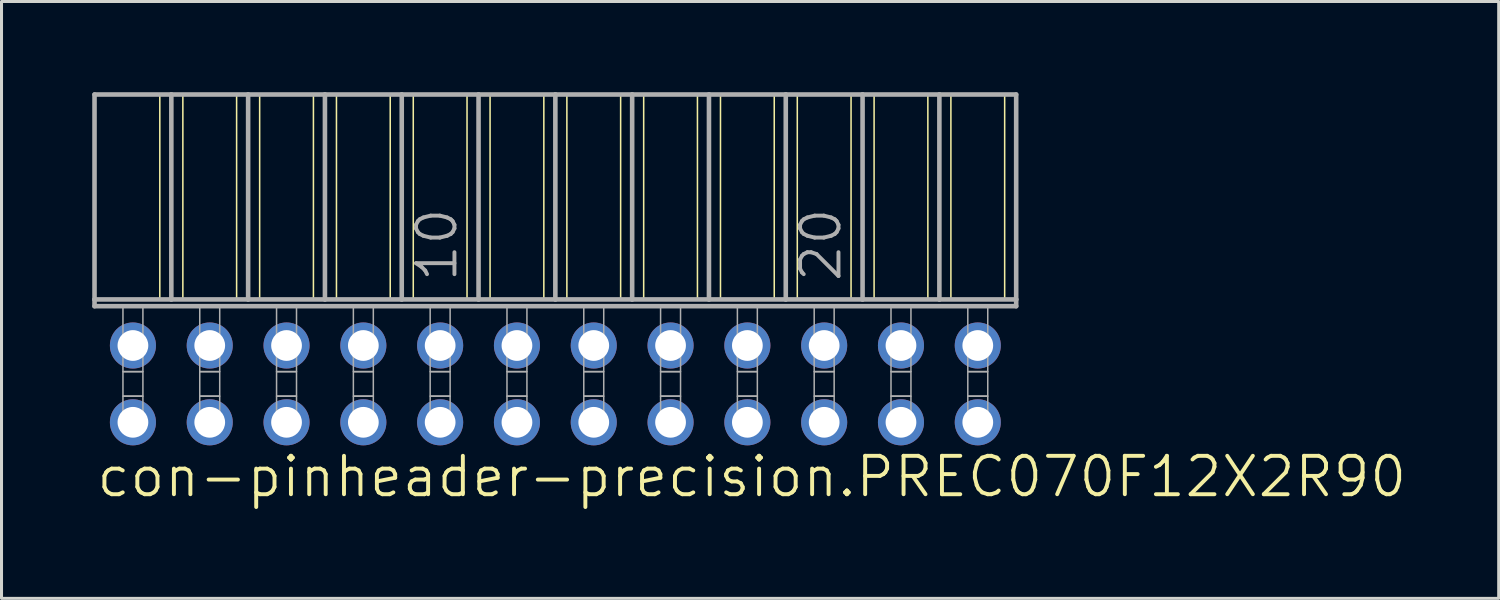
<source format=kicad_pcb>
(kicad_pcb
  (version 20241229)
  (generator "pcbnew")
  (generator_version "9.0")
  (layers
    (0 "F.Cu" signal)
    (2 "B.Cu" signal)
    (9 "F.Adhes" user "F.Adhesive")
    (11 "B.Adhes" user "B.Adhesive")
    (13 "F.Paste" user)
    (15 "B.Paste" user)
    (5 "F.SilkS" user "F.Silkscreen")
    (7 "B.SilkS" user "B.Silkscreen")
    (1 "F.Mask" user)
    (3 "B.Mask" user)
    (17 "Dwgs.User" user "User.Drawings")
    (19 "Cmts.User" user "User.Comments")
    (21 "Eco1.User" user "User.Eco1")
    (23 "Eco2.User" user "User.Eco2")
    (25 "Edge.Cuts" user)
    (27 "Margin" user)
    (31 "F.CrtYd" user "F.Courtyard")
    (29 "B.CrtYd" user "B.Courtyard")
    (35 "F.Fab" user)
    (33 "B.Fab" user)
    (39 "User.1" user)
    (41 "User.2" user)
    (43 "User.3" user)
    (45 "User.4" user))
  (footprint "con-pinheader-precision.PREC070F12X2R90"
    (layer "F.Cu")
    (at 15.316 9.646)
    (property "Reference" "con-pinheader-precision.PREC070F12X2R90" (at -15.24 3.81 0) (layer "F.SilkS") (effects (font (size 1.27 1.27) (thickness 0.13)) (justify left bottom)))
    (attr through_hole)
    (fp_line (start -13.081 -9.57) (end -13.081 -2.794) (stroke (width 0.051) (type default)) (layer "F.SilkS"))
    (fp_line (start -12.319 -9.57) (end -12.319 -2.794) (stroke (width 0.051) (type default)) (layer "F.SilkS"))
    (fp_line (start -10.541 -9.57) (end -10.541 -2.794) (stroke (width 0.051) (type default)) (layer "F.SilkS"))
    (fp_line (start -9.779 -9.57) (end -9.779 -2.794) (stroke (width 0.051) (type default)) (layer "F.SilkS"))
    (fp_line (start -8.001 -9.57) (end -8.001 -2.794) (stroke (width 0.051) (type default)) (layer "F.SilkS"))
    (fp_line (start -7.239 -9.57) (end -7.239 -2.794) (stroke (width 0.051) (type default)) (layer "F.SilkS"))
    (fp_line (start -5.461 -9.57) (end -5.461 -2.794) (stroke (width 0.051) (type default)) (layer "F.SilkS"))
    (fp_line (start -4.699 -9.57) (end -4.699 -2.794) (stroke (width 0.051) (type default)) (layer "F.SilkS"))
    (fp_line (start -2.921 -9.57) (end -2.921 -2.794) (stroke (width 0.051) (type default)) (layer "F.SilkS"))
    (fp_line (start -2.159 -9.57) (end -2.159 -2.794) (stroke (width 0.051) (type default)) (layer "F.SilkS"))
    (fp_line (start -0.381 -9.57) (end -0.381 -2.794) (stroke (width 0.051) (type default)) (layer "F.SilkS"))
    (fp_line (start 0.381 -9.57) (end 0.381 -2.794) (stroke (width 0.051) (type default)) (layer "F.SilkS"))
    (fp_line (start 2.159 -9.57) (end 2.159 -2.794) (stroke (width 0.051) (type default)) (layer "F.SilkS"))
    (fp_line (start 2.921 -9.57) (end 2.921 -2.794) (stroke (width 0.051) (type default)) (layer "F.SilkS"))
    (fp_line (start 4.699 -9.57) (end 4.699 -2.794) (stroke (width 0.051) (type default)) (layer "F.SilkS"))
    (fp_line (start 5.461 -9.57) (end 5.461 -2.794) (stroke (width 0.051) (type default)) (layer "F.SilkS"))
    (fp_line (start 7.239 -9.57) (end 7.239 -2.794) (stroke (width 0.051) (type default)) (layer "F.SilkS"))
    (fp_line (start 8.001 -9.57) (end 8.001 -2.794) (stroke (width 0.051) (type default)) (layer "F.SilkS"))
    (fp_line (start 9.779 -9.57) (end 9.779 -2.794) (stroke (width 0.051) (type default)) (layer "F.SilkS"))
    (fp_line (start 10.541 -9.57) (end 10.541 -2.794) (stroke (width 0.051) (type default)) (layer "F.SilkS"))
    (fp_line (start 12.319 -9.57) (end 12.319 -2.794) (stroke (width 0.051) (type default)) (layer "F.SilkS"))
    (fp_line (start 13.081 -9.57) (end 13.081 -2.794) (stroke (width 0.051) (type default)) (layer "F.SilkS"))
    (fp_line (start 14.859 -9.57) (end 14.859 -2.794) (stroke (width 0.051) (type default)) (layer "F.SilkS"))
    (fp_line (start -15.24 -9.57) (end -12.7 -9.57) (stroke (width 0.152) (type default)) (layer "F.Fab"))
    (fp_line (start -15.24 -2.794) (end -15.24 -9.57) (stroke (width 0.152) (type default)) (layer "F.Fab"))
    (fp_line (start -15.24 -2.57) (end -15.24 -2.794) (stroke (width 0.152) (type default)) (layer "F.Fab"))
    (fp_line (start -15.24 -2.57) (end 15.24 -2.57) (stroke (width 0.152) (type default)) (layer "F.Fab"))
    (fp_line (start -12.7 -9.57) (end -10.16 -9.57) (stroke (width 0.152) (type default)) (layer "F.Fab"))
    (fp_line (start -12.7 -2.794) (end -15.24 -2.794) (stroke (width 0.152) (type default)) (layer "F.Fab"))
    (fp_line (start -12.7 -2.794) (end -12.7 -9.57) (stroke (width 0.152) (type default)) (layer "F.Fab"))
    (fp_line (start -12.7 -2.794) (end -10.16 -2.794) (stroke (width 0.152) (type default)) (layer "F.Fab"))
    (fp_line (start -10.16 -9.57) (end -7.62 -9.57) (stroke (width 0.152) (type default)) (layer "F.Fab"))
    (fp_line (start -10.16 -2.794) (end -10.16 -9.57) (stroke (width 0.152) (type default)) (layer "F.Fab"))
    (fp_line (start -7.62 -9.57) (end -5.08 -9.57) (stroke (width 0.152) (type default)) (layer "F.Fab"))
    (fp_line (start -7.62 -2.794) (end -10.16 -2.794) (stroke (width 0.152) (type default)) (layer "F.Fab"))
    (fp_line (start -7.62 -2.794) (end -7.62 -9.57) (stroke (width 0.152) (type default)) (layer "F.Fab"))
    (fp_line (start -5.08 -9.57) (end -2.54 -9.57) (stroke (width 0.152) (type default)) (layer "F.Fab"))
    (fp_line (start -5.08 -2.794) (end -7.62 -2.794) (stroke (width 0.152) (type default)) (layer "F.Fab"))
    (fp_line (start -5.08 -2.794) (end -5.08 -9.57) (stroke (width 0.152) (type default)) (layer "F.Fab"))
    (fp_line (start -2.54 -9.57) (end 0 -9.57) (stroke (width 0.152) (type default)) (layer "F.Fab"))
    (fp_line (start -2.54 -2.794) (end -5.08 -2.794) (stroke (width 0.152) (type default)) (layer "F.Fab"))
    (fp_line (start -2.54 -2.794) (end -2.54 -9.57) (stroke (width 0.152) (type default)) (layer "F.Fab"))
    (fp_line (start 0 -9.57) (end 2.54 -9.57) (stroke (width 0.152) (type default)) (layer "F.Fab"))
    (fp_line (start 0 -2.794) (end -2.54 -2.794) (stroke (width 0.152) (type default)) (layer "F.Fab"))
    (fp_line (start 0 -2.794) (end 0 -9.57) (stroke (width 0.152) (type default)) (layer "F.Fab"))
    (fp_line (start 0 -2.794) (end 2.54 -2.794) (stroke (width 0.152) (type default)) (layer "F.Fab"))
    (fp_line (start 2.54 -9.57) (end 5.08 -9.57) (stroke (width 0.152) (type default)) (layer "F.Fab"))
    (fp_line (start 2.54 -2.794) (end 2.54 -9.57) (stroke (width 0.152) (type default)) (layer "F.Fab"))
    (fp_line (start 5.08 -9.57) (end 7.62 -9.57) (stroke (width 0.152) (type default)) (layer "F.Fab"))
    (fp_line (start 5.08 -2.794) (end 2.54 -2.794) (stroke (width 0.152) (type default)) (layer "F.Fab"))
    (fp_line (start 5.08 -2.794) (end 5.08 -9.57) (stroke (width 0.152) (type default)) (layer "F.Fab"))
    (fp_line (start 7.62 -9.57) (end 10.16 -9.57) (stroke (width 0.152) (type default)) (layer "F.Fab"))
    (fp_line (start 7.62 -2.794) (end 5.08 -2.794) (stroke (width 0.152) (type default)) (layer "F.Fab"))
    (fp_line (start 7.62 -2.794) (end 7.62 -9.57) (stroke (width 0.152) (type default)) (layer "F.Fab"))
    (fp_line (start 10.16 -9.57) (end 12.7 -9.57) (stroke (width 0.152) (type default)) (layer "F.Fab"))
    (fp_line (start 10.16 -2.794) (end 7.62 -2.794) (stroke (width 0.152) (type default)) (layer "F.Fab"))
    (fp_line (start 10.16 -2.794) (end 10.16 -9.57) (stroke (width 0.152) (type default)) (layer "F.Fab"))
    (fp_line (start 12.7 -9.57) (end 15.24 -9.57) (stroke (width 0.152) (type default)) (layer "F.Fab"))
    (fp_line (start 12.7 -2.794) (end 10.16 -2.794) (stroke (width 0.152) (type default)) (layer "F.Fab"))
    (fp_line (start 12.7 -2.794) (end 12.7 -9.57) (stroke (width 0.152) (type default)) (layer "F.Fab"))
    (fp_line (start 12.7 -2.794) (end 15.24 -2.794) (stroke (width 0.152) (type default)) (layer "F.Fab"))
    (fp_line (start 15.24 -2.794) (end 15.24 -9.57) (stroke (width 0.152) (type default)) (layer "F.Fab"))
    (fp_line (start 15.24 -2.57) (end 15.24 -2.794) (stroke (width 0.152) (type default)) (layer "F.Fab"))
    (fp_rect (start -14.3 -0.406) (end -13.64 -2.57) (stroke (width 0.05) (type default)) (fill no) (layer "F.Fab"))
    (fp_rect (start -14.3 0.406) (end -13.64 -0.406) (stroke (width 0.05) (type default)) (fill no) (layer "F.Fab"))
    (fp_rect (start -14.3 1.575) (end -13.64 0.406) (stroke (width 0.05) (type default)) (fill no) (layer "F.Fab"))
    (fp_rect (start -11.76 -0.406) (end -11.1 -2.57) (stroke (width 0.05) (type default)) (fill no) (layer "F.Fab"))
    (fp_rect (start -11.76 0.406) (end -11.1 -0.406) (stroke (width 0.05) (type default)) (fill no) (layer "F.Fab"))
    (fp_rect (start -11.76 1.575) (end -11.1 0.406) (stroke (width 0.05) (type default)) (fill no) (layer "F.Fab"))
    (fp_rect (start -9.22 -0.406) (end -8.56 -2.57) (stroke (width 0.05) (type default)) (fill no) (layer "F.Fab"))
    (fp_rect (start -9.22 0.406) (end -8.56 -0.406) (stroke (width 0.05) (type default)) (fill no) (layer "F.Fab"))
    (fp_rect (start -9.22 1.575) (end -8.56 0.406) (stroke (width 0.05) (type default)) (fill no) (layer "F.Fab"))
    (fp_rect (start -6.68 -0.406) (end -6.02 -2.57) (stroke (width 0.05) (type default)) (fill no) (layer "F.Fab"))
    (fp_rect (start -6.68 0.406) (end -6.02 -0.406) (stroke (width 0.05) (type default)) (fill no) (layer "F.Fab"))
    (fp_rect (start -6.68 1.575) (end -6.02 0.406) (stroke (width 0.05) (type default)) (fill no) (layer "F.Fab"))
    (fp_rect (start -4.14 -0.406) (end -3.48 -2.57) (stroke (width 0.05) (type default)) (fill no) (layer "F.Fab"))
    (fp_rect (start -4.14 0.406) (end -3.48 -0.406) (stroke (width 0.05) (type default)) (fill no) (layer "F.Fab"))
    (fp_rect (start -4.14 1.575) (end -3.48 0.406) (stroke (width 0.05) (type default)) (fill no) (layer "F.Fab"))
    (fp_rect (start -1.6 -0.406) (end -0.94 -2.57) (stroke (width 0.05) (type default)) (fill no) (layer "F.Fab"))
    (fp_rect (start -1.6 0.406) (end -0.94 -0.406) (stroke (width 0.05) (type default)) (fill no) (layer "F.Fab"))
    (fp_rect (start -1.6 1.575) (end -0.94 0.406) (stroke (width 0.05) (type default)) (fill no) (layer "F.Fab"))
    (fp_rect (start 0.94 -0.406) (end 1.6 -2.57) (stroke (width 0.05) (type default)) (fill no) (layer "F.Fab"))
    (fp_rect (start 0.94 0.406) (end 1.6 -0.406) (stroke (width 0.05) (type default)) (fill no) (layer "F.Fab"))
    (fp_rect (start 0.94 1.575) (end 1.6 0.406) (stroke (width 0.05) (type default)) (fill no) (layer "F.Fab"))
    (fp_rect (start 3.48 -0.406) (end 4.14 -2.57) (stroke (width 0.05) (type default)) (fill no) (layer "F.Fab"))
    (fp_rect (start 3.48 0.406) (end 4.14 -0.406) (stroke (width 0.05) (type default)) (fill no) (layer "F.Fab"))
    (fp_rect (start 3.48 1.575) (end 4.14 0.406) (stroke (width 0.05) (type default)) (fill no) (layer "F.Fab"))
    (fp_rect (start 6.02 -0.406) (end 6.68 -2.57) (stroke (width 0.05) (type default)) (fill no) (layer "F.Fab"))
    (fp_rect (start 6.02 0.406) (end 6.68 -0.406) (stroke (width 0.05) (type default)) (fill no) (layer "F.Fab"))
    (fp_rect (start 6.02 1.575) (end 6.68 0.406) (stroke (width 0.05) (type default)) (fill no) (layer "F.Fab"))
    (fp_rect (start 8.56 -0.406) (end 9.22 -2.57) (stroke (width 0.05) (type default)) (fill no) (layer "F.Fab"))
    (fp_rect (start 8.56 0.406) (end 9.22 -0.406) (stroke (width 0.05) (type default)) (fill no) (layer "F.Fab"))
    (fp_rect (start 8.56 1.575) (end 9.22 0.406) (stroke (width 0.05) (type default)) (fill no) (layer "F.Fab"))
    (fp_rect (start 11.1 -0.406) (end 11.76 -2.57) (stroke (width 0.05) (type default)) (fill no) (layer "F.Fab"))
    (fp_rect (start 11.1 0.406) (end 11.76 -0.406) (stroke (width 0.05) (type default)) (fill no) (layer "F.Fab"))
    (fp_rect (start 11.1 1.575) (end 11.76 0.406) (stroke (width 0.05) (type default)) (fill no) (layer "F.Fab"))
    (fp_rect (start 13.64 -0.406) (end 14.3 -2.57) (stroke (width 0.05) (type default)) (fill no) (layer "F.Fab"))
    (fp_rect (start 13.64 0.406) (end 14.3 -0.406) (stroke (width 0.05) (type default)) (fill no) (layer "F.Fab"))
    (fp_rect (start 13.64 1.575) (end 14.3 0.406) (stroke (width 0.05) (type default)) (fill no) (layer "F.Fab"))
    (fp_text user "20" (at 9.525 -3.302 90) (layer "F.Fab") (effects (font (size 1.27 1.27) (thickness 0.13)) (justify left bottom)))
    (fp_text user "10" (at -3.175 -3.302 90) (layer "F.Fab") (effects (font (size 1.27 1.27) (thickness 0.13)) (justify left bottom)))
    (pad "1" thru_hole circle (at -13.97 -1.27 180) (size 1.524 1.524) (drill 1.016) (layers "*.Cu" "*.Mask"))
    (pad "2" thru_hole circle (at -13.97 1.27 180) (size 1.524 1.524) (drill 1.016) (layers "*.Cu" "*.Mask"))
    (pad "3" thru_hole circle (at -11.43 -1.27 180) (size 1.524 1.524) (drill 1.016) (layers "*.Cu" "*.Mask"))
    (pad "4" thru_hole circle (at -11.43 1.27 180) (size 1.524 1.524) (drill 1.016) (layers "*.Cu" "*.Mask"))
    (pad "5" thru_hole circle (at -8.89 -1.27 180) (size 1.524 1.524) (drill 1.016) (layers "*.Cu" "*.Mask"))
    (pad "6" thru_hole circle (at -8.89 1.27 180) (size 1.524 1.524) (drill 1.016) (layers "*.Cu" "*.Mask"))
    (pad "7" thru_hole circle (at -6.35 -1.27 180) (size 1.524 1.524) (drill 1.016) (layers "*.Cu" "*.Mask"))
    (pad "8" thru_hole circle (at -6.35 1.27 180) (size 1.524 1.524) (drill 1.016) (layers "*.Cu" "*.Mask"))
    (pad "9" thru_hole circle (at -3.81 -1.27 180) (size 1.524 1.524) (drill 1.016) (layers "*.Cu" "*.Mask"))
    (pad "10" thru_hole circle (at -3.81 1.27 180) (size 1.524 1.524) (drill 1.016) (layers "*.Cu" "*.Mask"))
    (pad "11" thru_hole circle (at -1.27 -1.27 180) (size 1.524 1.524) (drill 1.016) (layers "*.Cu" "*.Mask"))
    (pad "12" thru_hole circle (at -1.27 1.27 180) (size 1.524 1.524) (drill 1.016) (layers "*.Cu" "*.Mask"))
    (pad "13" thru_hole circle (at 1.27 -1.27 180) (size 1.524 1.524) (drill 1.016) (layers "*.Cu" "*.Mask"))
    (pad "14" thru_hole circle (at 1.27 1.27 180) (size 1.524 1.524) (drill 1.016) (layers "*.Cu" "*.Mask"))
    (pad "15" thru_hole circle (at 3.81 -1.27 180) (size 1.524 1.524) (drill 1.016) (layers "*.Cu" "*.Mask"))
    (pad "16" thru_hole circle (at 3.81 1.27 180) (size 1.524 1.524) (drill 1.016) (layers "*.Cu" "*.Mask"))
    (pad "17" thru_hole circle (at 6.35 -1.27 180) (size 1.524 1.524) (drill 1.016) (layers "*.Cu" "*.Mask"))
    (pad "18" thru_hole circle (at 6.35 1.27 180) (size 1.524 1.524) (drill 1.016) (layers "*.Cu" "*.Mask"))
    (pad "19" thru_hole circle (at 8.89 -1.27 180) (size 1.524 1.524) (drill 1.016) (layers "*.Cu" "*.Mask"))
    (pad "20" thru_hole circle (at 8.89 1.27 180) (size 1.524 1.524) (drill 1.016) (layers "*.Cu" "*.Mask"))
    (pad "21" thru_hole circle (at 11.43 -1.27 180) (size 1.524 1.524) (drill 1.016) (layers "*.Cu" "*.Mask"))
    (pad "22" thru_hole circle (at 11.43 1.27 180) (size 1.524 1.524) (drill 1.016) (layers "*.Cu" "*.Mask"))
    (pad "23" thru_hole circle (at 13.97 -1.27 180) (size 1.524 1.524) (drill 1.016) (layers "*.Cu" "*.Mask"))
    (pad "24" thru_hole circle (at 13.97 1.27 180) (size 1.524 1.524) (drill 1.016) (layers "*.Cu" "*.Mask")))
  (gr_rect
    (start -3 -3)
    (end 46.513 16.738)
    (stroke (width 0.1) (type default))
    (fill no)
    (layer "Edge.Cuts")))
</source>
